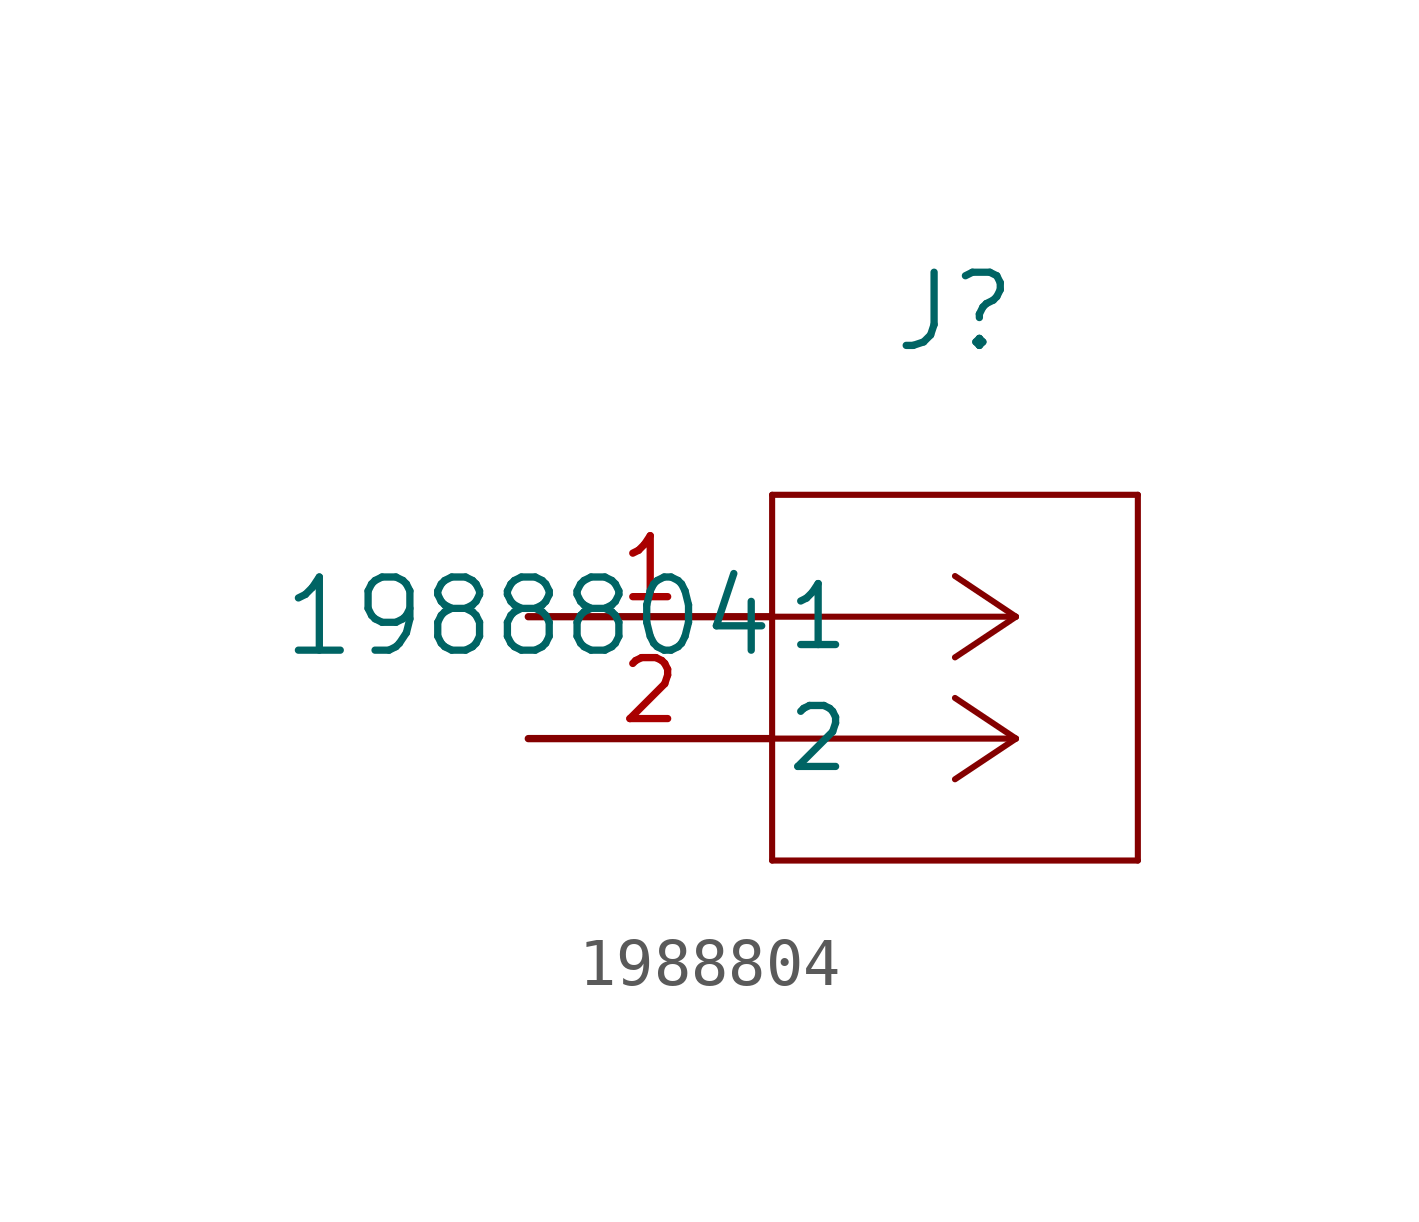
<source format=kicad_sym>
(kicad_symbol_lib
  (version 20211014)
  (generator kicad_symbol_editor)
  (symbol "1988804"
    (pin_names
      (offset 0.254))
    (property "Reference" "J"
      (at 8.89 6.35 0)
      (effects (font (size 1.524 1.524))))
    (property "Value" "1988804"
      (at 0 0 0)
      (effects (font (size 1.524 1.524))))
    (symbol "1988804_0_1"
      (polyline (pts (xy 10.16 0) (xy 5.08 0)) (stroke (width 0.127) (type default) (color 0 0 0 0)) (fill (type none)))
      (polyline (pts (xy 10.16 -2.54) (xy 5.08 -2.54)) (stroke (width 0.127) (type default) (color 0 0 0 0)) (fill (type none)))
      (polyline (pts (xy 10.16 0) (xy 8.89 0.847)) (stroke (width 0.127) (type default) (color 0 0 0 0)) (fill (type none)))
      (polyline (pts (xy 10.16 -2.54) (xy 8.89 -1.693)) (stroke (width 0.127) (type default) (color 0 0 0 0)) (fill (type none)))
      (polyline (pts (xy 10.16 0) (xy 8.89 -0.847)) (stroke (width 0.127) (type default) (color 0 0 0 0)) (fill (type none)))
      (polyline (pts (xy 10.16 -2.54) (xy 8.89 -3.387)) (stroke (width 0.127) (type default) (color 0 0 0 0)) (fill (type none)))
      (polyline (pts (xy 5.08 2.54) (xy 5.08 -5.08)) (stroke (width 0.127) (type default) (color 0 0 0 0)) (fill (type none)))
      (polyline (pts (xy 5.08 -5.08) (xy 12.7 -5.08)) (stroke (width 0.127) (type default) (color 0 0 0 0)) (fill (type none)))
      (polyline (pts (xy 12.7 -5.08) (xy 12.7 2.54)) (stroke (width 0.127) (type default) (color 0 0 0 0)) (fill (type none)))
      (polyline (pts (xy 12.7 2.54) (xy 5.08 2.54)) (stroke (width 0.127) (type default) (color 0 0 0 0)) (fill (type none)))
      (pin unspecified line (at 0 0 0) (length 5.08) (name "1" (effects (font (size 1.27 1.27)))) (number "1" (effects (font (size 1.27 1.27)))))
      (pin unspecified line (at 0 -2.54 0) (length 5.08) (name "2" (effects (font (size 1.27 1.27)))) (number "2" (effects (font (size 1.27 1.27))))))))
</source>
